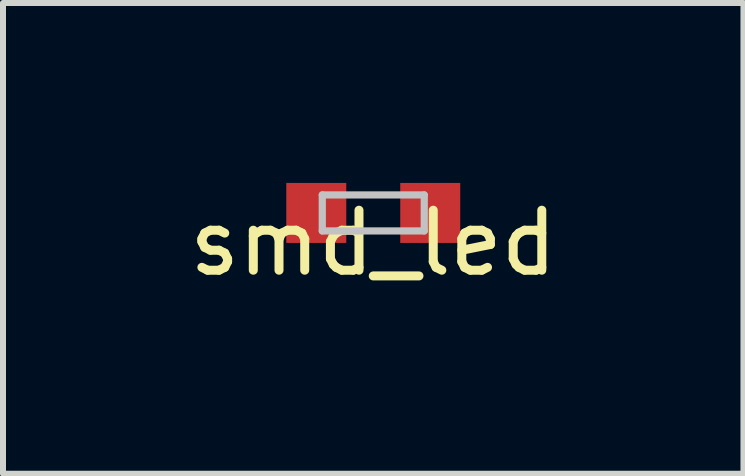
<source format=kicad_pcb>
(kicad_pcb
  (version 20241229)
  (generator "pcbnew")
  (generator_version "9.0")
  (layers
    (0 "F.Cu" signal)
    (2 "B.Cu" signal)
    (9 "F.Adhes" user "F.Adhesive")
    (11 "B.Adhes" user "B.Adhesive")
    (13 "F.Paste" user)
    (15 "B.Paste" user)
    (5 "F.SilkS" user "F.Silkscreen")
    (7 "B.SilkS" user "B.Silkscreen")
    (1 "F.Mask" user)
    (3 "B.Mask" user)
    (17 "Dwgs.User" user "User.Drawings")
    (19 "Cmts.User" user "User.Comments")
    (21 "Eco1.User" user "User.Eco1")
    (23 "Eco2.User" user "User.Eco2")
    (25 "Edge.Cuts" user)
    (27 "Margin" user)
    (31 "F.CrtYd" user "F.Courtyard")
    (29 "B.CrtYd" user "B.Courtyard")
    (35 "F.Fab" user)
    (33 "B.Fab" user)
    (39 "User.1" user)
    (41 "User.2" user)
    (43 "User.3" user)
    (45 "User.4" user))
  (footprint "smd_led"
    (layer "F.Cu")
    (at 3.173 0.5)
    (property "Reference" "smd_led" (at 0 0.5 0) (unlocked yes) (layer "F.SilkS") (effects (font (size 1 1) (thickness 0.15))))
    (attr through_hole)
    (fp_line (start -0.85 -0.3) (end -0.85 0.3) (stroke (width 0.12) (type solid)) (layer "Dwgs.User"))
    (fp_line (start -0.85 0.3) (end 0.85 0.3) (stroke (width 0.12) (type solid)) (layer "Dwgs.User"))
    (fp_line (start 0.85 -0.3) (end -0.85 -0.3) (stroke (width 0.12) (type solid)) (layer "Dwgs.User"))
    (fp_line (start 0.85 0.3) (end 0.85 -0.3) (stroke (width 0.12) (type solid)) (layer "Dwgs.User"))
    (pad "1" smd rect (at -0.95 0) (size 1 1) (layers "F.Cu" "F.Mask" "F.Paste"))
    (pad "2" smd rect (at 0.95 0) (size 1 1) (layers "F.Cu" "F.Mask" "F.Paste")))
  (gr_rect
    (start -3 -3)
    (end 9.345 4.848)
    (stroke (width 0.1) (type default))
    (fill no)
    (layer "Edge.Cuts")))
</source>
